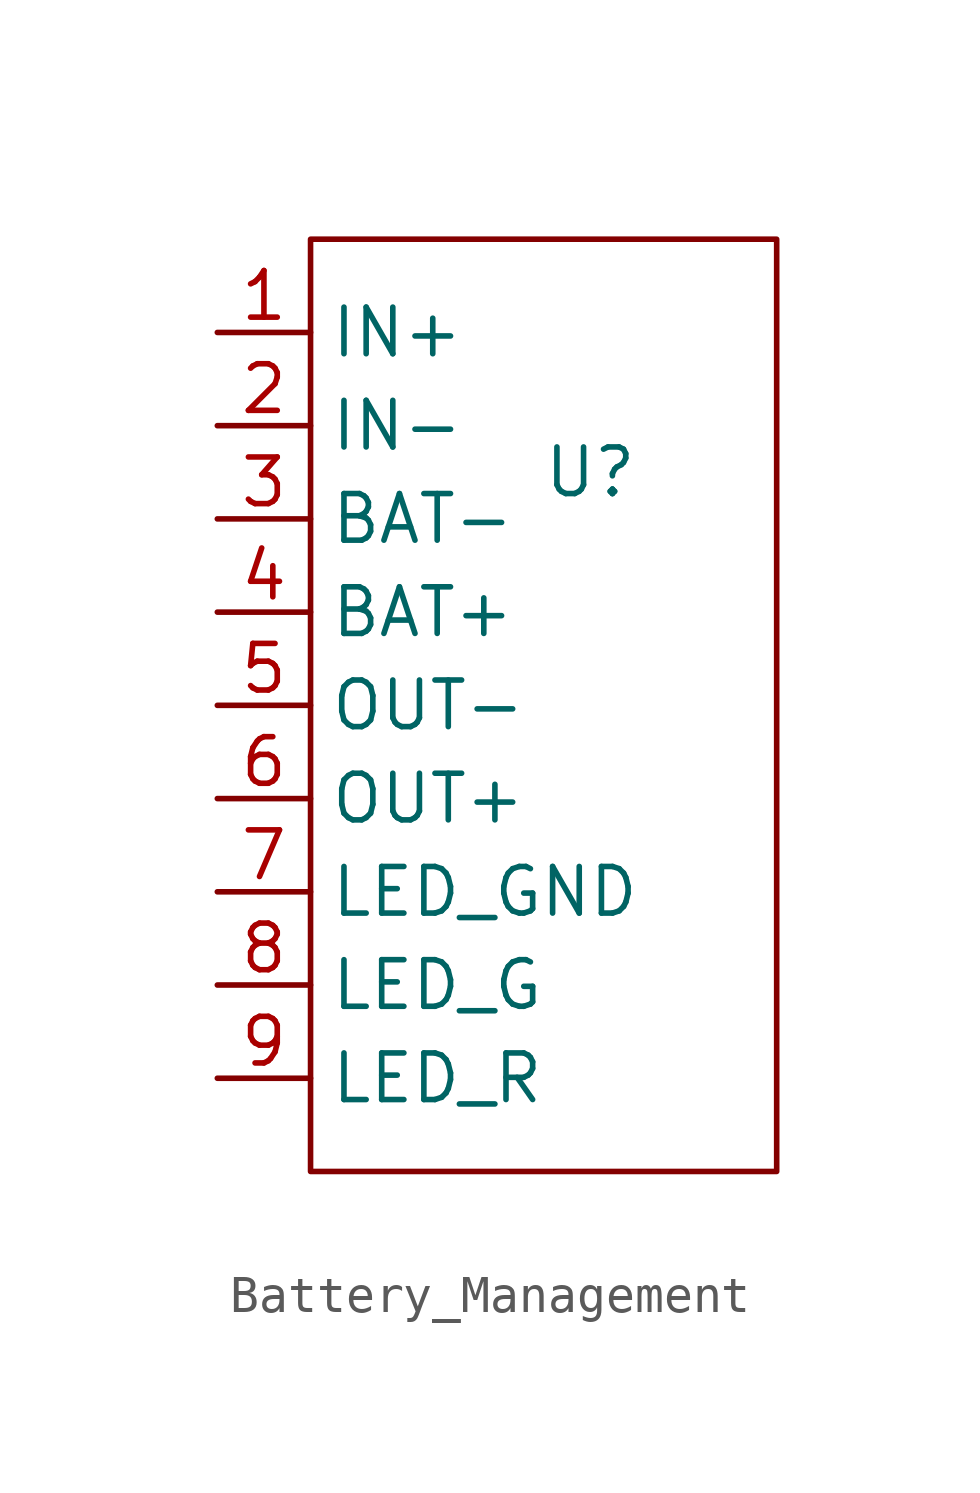
<source format=kicad_sym>
(kicad_symbol_lib
  (version 20241209)
  (generator "kicad_symbol_editor")
  (generator_version "9.0")
  (symbol "Battery_Management"
    (property "Reference" "U"
      (at 0 0 0)
      (effects (font (size 1.27 1.27))))
    (property "Value" ""
      (at 0 0 0)
      (effects (font (size 1.27 1.27))))
    (symbol "Battery_Management_0_1"
      (rectangle (start -7.62 6.35) (end 5.08 -19.05) (stroke (width 0) (type default)) (fill (type none))))
    (symbol "Battery_Management_1_1"
      (pin power_in line (at -10.16 3.81 0) (length 2.54) (name "IN+" (effects (font (size 1.27 1.27)))) (number "1" (effects (font (size 1.27 1.27)))))
      (pin power_in line (at -10.16 1.27 0) (length 2.54) (name "IN-" (effects (font (size 1.27 1.27)))) (number "2" (effects (font (size 1.27 1.27)))))
      (pin power_in line (at -10.16 -1.27 0) (length 2.54) (name "BAT-" (effects (font (size 1.27 1.27)))) (number "3" (effects (font (size 1.27 1.27)))))
      (pin power_in line (at -10.16 -3.81 0) (length 2.54) (name "BAT+" (effects (font (size 1.27 1.27)))) (number "4" (effects (font (size 1.27 1.27)))))
      (pin power_out line (at -10.16 -6.35 0) (length 2.54) (name "OUT-" (effects (font (size 1.27 1.27)))) (number "5" (effects (font (size 1.27 1.27)))))
      (pin power_out line (at -10.16 -8.89 0) (length 2.54) (name "OUT+" (effects (font (size 1.27 1.27)))) (number "6" (effects (font (size 1.27 1.27)))))
      (pin unspecified line (at -10.16 -11.43 0) (length 2.54) (name "LED_GND" (effects (font (size 1.27 1.27)))) (number "7" (effects (font (size 1.27 1.27)))))
      (pin output line (at -10.16 -13.97 0) (length 2.54) (name "LED_G" (effects (font (size 1.27 1.27)))) (number "8" (effects (font (size 1.27 1.27)))))
      (pin output line (at -10.16 -16.51 0) (length 2.54) (name "LED_R" (effects (font (size 1.27 1.27)))) (number "9" (effects (font (size 1.27 1.27))))))))
</source>
